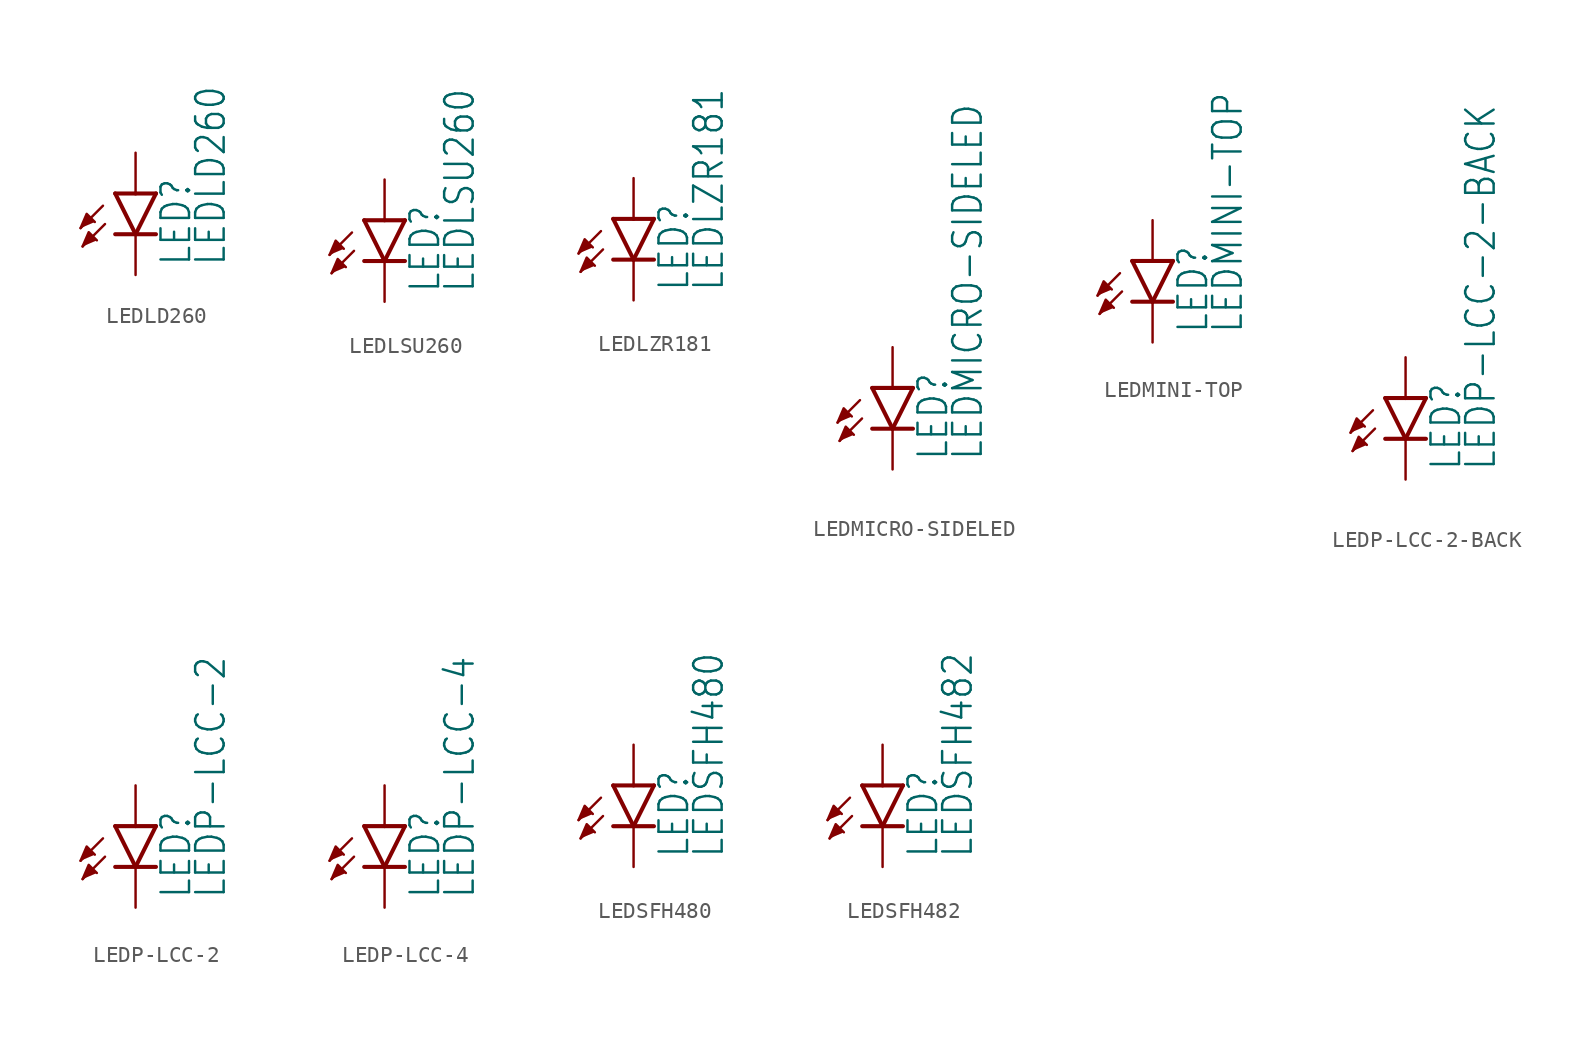
<source format=kicad_sym>
(kicad_symbol_lib
  (version 20211014)
  (generator kicad_symbol_editor)
  (symbol "LEDLD260"
    (property "Reference" "LED"
      (at 3.556 -4.572 90)
      (effects (font (size 1.778 1.511)) (justify left bottom)))
    (property "Value" "LEDLD260"
      (at 5.715 -4.572 90)
      (effects (font (size 1.778 1.511)) (justify left bottom)))
    (property "ki_locked" ""
      (at 0 0 0)
      (effects (font (size 1.27 1.27))))
    (symbol "LEDLD260_1_0"
      (polyline (pts (xy -2.032 -0.762) (xy -3.429 -2.159)) (stroke (width 0.152) (type default) (color 0 0 0 0)) (fill (type none)))
      (polyline (pts (xy -1.905 -1.905) (xy -3.302 -3.302)) (stroke (width 0.152) (type default) (color 0 0 0 0)) (fill (type none)))
      (polyline (pts (xy 0 -2.54) (xy -1.27 -2.54)) (stroke (width 0.254) (type default) (color 0 0 0 0)) (fill (type none)))
      (polyline (pts (xy 0 -2.54) (xy -1.27 0)) (stroke (width 0.254) (type default) (color 0 0 0 0)) (fill (type none)))
      (polyline (pts (xy 0 0) (xy -1.27 0)) (stroke (width 0.254) (type default) (color 0 0 0 0)) (fill (type none)))
      (polyline (pts (xy 1.27 -2.54) (xy 0 -2.54)) (stroke (width 0.254) (type default) (color 0 0 0 0)) (fill (type none)))
      (polyline (pts (xy 1.27 0) (xy 0 -2.54)) (stroke (width 0.254) (type default) (color 0 0 0 0)) (fill (type none)))
      (polyline (pts (xy 1.27 0) (xy 0 0)) (stroke (width 0.254) (type default) (color 0 0 0 0)) (fill (type none)))
      (polyline (pts (xy -3.429 -2.159) (xy -3.048 -1.27) (xy -2.54 -1.778)) (stroke (width 0) (type default) (color 0 0 0 0)) (fill (type outline)))
      (polyline (pts (xy -3.302 -3.302) (xy -2.921 -2.413) (xy -2.413 -2.921)) (stroke (width 0) (type default) (color 0 0 0 0)) (fill (type outline)))
      (pin passive line (at 0 2.54 270) (length 2.54) (name "A" (effects (font (size 0 0)))) (number "A" (effects (font (size 0 0)))))
      (pin passive line (at 0 -5.08 90) (length 2.54) (name "C" (effects (font (size 0 0)))) (number "K" (effects (font (size 0 0)))))))
  (symbol "LEDLSU260"
    (property "Reference" "LED"
      (at 3.556 -4.572 90)
      (effects (font (size 1.778 1.511)) (justify left bottom)))
    (property "Value" "LEDLSU260"
      (at 5.715 -4.572 90)
      (effects (font (size 1.778 1.511)) (justify left bottom)))
    (property "ki_locked" ""
      (at 0 0 0)
      (effects (font (size 1.27 1.27))))
    (symbol "LEDLSU260_1_0"
      (polyline (pts (xy -2.032 -0.762) (xy -3.429 -2.159)) (stroke (width 0.152) (type default) (color 0 0 0 0)) (fill (type none)))
      (polyline (pts (xy -1.905 -1.905) (xy -3.302 -3.302)) (stroke (width 0.152) (type default) (color 0 0 0 0)) (fill (type none)))
      (polyline (pts (xy 0 -2.54) (xy -1.27 -2.54)) (stroke (width 0.254) (type default) (color 0 0 0 0)) (fill (type none)))
      (polyline (pts (xy 0 -2.54) (xy -1.27 0)) (stroke (width 0.254) (type default) (color 0 0 0 0)) (fill (type none)))
      (polyline (pts (xy 0 0) (xy -1.27 0)) (stroke (width 0.254) (type default) (color 0 0 0 0)) (fill (type none)))
      (polyline (pts (xy 1.27 -2.54) (xy 0 -2.54)) (stroke (width 0.254) (type default) (color 0 0 0 0)) (fill (type none)))
      (polyline (pts (xy 1.27 0) (xy 0 -2.54)) (stroke (width 0.254) (type default) (color 0 0 0 0)) (fill (type none)))
      (polyline (pts (xy 1.27 0) (xy 0 0)) (stroke (width 0.254) (type default) (color 0 0 0 0)) (fill (type none)))
      (polyline (pts (xy -3.429 -2.159) (xy -3.048 -1.27) (xy -2.54 -1.778)) (stroke (width 0) (type default) (color 0 0 0 0)) (fill (type outline)))
      (polyline (pts (xy -3.302 -3.302) (xy -2.921 -2.413) (xy -2.413 -2.921)) (stroke (width 0) (type default) (color 0 0 0 0)) (fill (type outline)))
      (pin passive line (at 0 2.54 270) (length 2.54) (name "A" (effects (font (size 0 0)))) (number "A" (effects (font (size 0 0)))))
      (pin passive line (at 0 -5.08 90) (length 2.54) (name "C" (effects (font (size 0 0)))) (number "K" (effects (font (size 0 0)))))))
  (symbol "LEDLZR181"
    (property "Reference" "LED"
      (at 3.556 -4.572 90)
      (effects (font (size 1.778 1.511)) (justify left bottom)))
    (property "Value" "LEDLZR181"
      (at 5.715 -4.572 90)
      (effects (font (size 1.778 1.511)) (justify left bottom)))
    (property "ki_locked" ""
      (at 0 0 0)
      (effects (font (size 1.27 1.27))))
    (symbol "LEDLZR181_1_0"
      (polyline (pts (xy -2.032 -0.762) (xy -3.429 -2.159)) (stroke (width 0.152) (type default) (color 0 0 0 0)) (fill (type none)))
      (polyline (pts (xy -1.905 -1.905) (xy -3.302 -3.302)) (stroke (width 0.152) (type default) (color 0 0 0 0)) (fill (type none)))
      (polyline (pts (xy 0 -2.54) (xy -1.27 -2.54)) (stroke (width 0.254) (type default) (color 0 0 0 0)) (fill (type none)))
      (polyline (pts (xy 0 -2.54) (xy -1.27 0)) (stroke (width 0.254) (type default) (color 0 0 0 0)) (fill (type none)))
      (polyline (pts (xy 0 0) (xy -1.27 0)) (stroke (width 0.254) (type default) (color 0 0 0 0)) (fill (type none)))
      (polyline (pts (xy 1.27 -2.54) (xy 0 -2.54)) (stroke (width 0.254) (type default) (color 0 0 0 0)) (fill (type none)))
      (polyline (pts (xy 1.27 0) (xy 0 -2.54)) (stroke (width 0.254) (type default) (color 0 0 0 0)) (fill (type none)))
      (polyline (pts (xy 1.27 0) (xy 0 0)) (stroke (width 0.254) (type default) (color 0 0 0 0)) (fill (type none)))
      (polyline (pts (xy -3.429 -2.159) (xy -3.048 -1.27) (xy -2.54 -1.778)) (stroke (width 0) (type default) (color 0 0 0 0)) (fill (type outline)))
      (polyline (pts (xy -3.302 -3.302) (xy -2.921 -2.413) (xy -2.413 -2.921)) (stroke (width 0) (type default) (color 0 0 0 0)) (fill (type outline)))
      (pin passive line (at 0 2.54 270) (length 2.54) (name "A" (effects (font (size 0 0)))) (number "A" (effects (font (size 0 0)))))
      (pin passive line (at 0 -5.08 90) (length 2.54) (name "C" (effects (font (size 0 0)))) (number "K" (effects (font (size 0 0)))))))
  (symbol "LEDMICRO-SIDELED"
    (property "Reference" "LED"
      (at 3.556 -4.572 90)
      (effects (font (size 1.778 1.511)) (justify left bottom)))
    (property "Value" "LEDMICRO-SIDELED"
      (at 5.715 -4.572 90)
      (effects (font (size 1.778 1.511)) (justify left bottom)))
    (property "ki_locked" ""
      (at 0 0 0)
      (effects (font (size 1.27 1.27))))
    (symbol "LEDMICRO-SIDELED_1_0"
      (polyline (pts (xy -2.032 -0.762) (xy -3.429 -2.159)) (stroke (width 0.152) (type default) (color 0 0 0 0)) (fill (type none)))
      (polyline (pts (xy -1.905 -1.905) (xy -3.302 -3.302)) (stroke (width 0.152) (type default) (color 0 0 0 0)) (fill (type none)))
      (polyline (pts (xy 0 -2.54) (xy -1.27 -2.54)) (stroke (width 0.254) (type default) (color 0 0 0 0)) (fill (type none)))
      (polyline (pts (xy 0 -2.54) (xy -1.27 0)) (stroke (width 0.254) (type default) (color 0 0 0 0)) (fill (type none)))
      (polyline (pts (xy 0 0) (xy -1.27 0)) (stroke (width 0.254) (type default) (color 0 0 0 0)) (fill (type none)))
      (polyline (pts (xy 1.27 -2.54) (xy 0 -2.54)) (stroke (width 0.254) (type default) (color 0 0 0 0)) (fill (type none)))
      (polyline (pts (xy 1.27 0) (xy 0 -2.54)) (stroke (width 0.254) (type default) (color 0 0 0 0)) (fill (type none)))
      (polyline (pts (xy 1.27 0) (xy 0 0)) (stroke (width 0.254) (type default) (color 0 0 0 0)) (fill (type none)))
      (polyline (pts (xy -3.429 -2.159) (xy -3.048 -1.27) (xy -2.54 -1.778)) (stroke (width 0) (type default) (color 0 0 0 0)) (fill (type outline)))
      (polyline (pts (xy -3.302 -3.302) (xy -2.921 -2.413) (xy -2.413 -2.921)) (stroke (width 0) (type default) (color 0 0 0 0)) (fill (type outline)))
      (pin passive line (at 0 2.54 270) (length 2.54) (name "A" (effects (font (size 0 0)))) (number "A" (effects (font (size 0 0)))))
      (pin passive line (at 0 -5.08 90) (length 2.54) (name "C" (effects (font (size 0 0)))) (number "C" (effects (font (size 0 0)))))))
  (symbol "LEDMINI-TOP"
    (property "Reference" "LED"
      (at 3.556 -4.572 90)
      (effects (font (size 1.778 1.511)) (justify left bottom)))
    (property "Value" "LEDMINI-TOP"
      (at 5.715 -4.572 90)
      (effects (font (size 1.778 1.511)) (justify left bottom)))
    (property "ki_locked" ""
      (at 0 0 0)
      (effects (font (size 1.27 1.27))))
    (symbol "LEDMINI-TOP_1_0"
      (polyline (pts (xy -2.032 -0.762) (xy -3.429 -2.159)) (stroke (width 0.152) (type default) (color 0 0 0 0)) (fill (type none)))
      (polyline (pts (xy -1.905 -1.905) (xy -3.302 -3.302)) (stroke (width 0.152) (type default) (color 0 0 0 0)) (fill (type none)))
      (polyline (pts (xy 0 -2.54) (xy -1.27 -2.54)) (stroke (width 0.254) (type default) (color 0 0 0 0)) (fill (type none)))
      (polyline (pts (xy 0 -2.54) (xy -1.27 0)) (stroke (width 0.254) (type default) (color 0 0 0 0)) (fill (type none)))
      (polyline (pts (xy 0 0) (xy -1.27 0)) (stroke (width 0.254) (type default) (color 0 0 0 0)) (fill (type none)))
      (polyline (pts (xy 1.27 -2.54) (xy 0 -2.54)) (stroke (width 0.254) (type default) (color 0 0 0 0)) (fill (type none)))
      (polyline (pts (xy 1.27 0) (xy 0 -2.54)) (stroke (width 0.254) (type default) (color 0 0 0 0)) (fill (type none)))
      (polyline (pts (xy 1.27 0) (xy 0 0)) (stroke (width 0.254) (type default) (color 0 0 0 0)) (fill (type none)))
      (polyline (pts (xy -3.429 -2.159) (xy -3.048 -1.27) (xy -2.54 -1.778)) (stroke (width 0) (type default) (color 0 0 0 0)) (fill (type outline)))
      (polyline (pts (xy -3.302 -3.302) (xy -2.921 -2.413) (xy -2.413 -2.921)) (stroke (width 0) (type default) (color 0 0 0 0)) (fill (type outline)))
      (pin passive line (at 0 2.54 270) (length 2.54) (name "A" (effects (font (size 0 0)))) (number "A" (effects (font (size 0 0)))))
      (pin passive line (at 0 -5.08 90) (length 2.54) (name "C" (effects (font (size 0 0)))) (number "C" (effects (font (size 0 0)))))))
  (symbol "LEDP-LCC-2-BACK"
    (property "Reference" "LED"
      (at 3.556 -4.572 90)
      (effects (font (size 1.778 1.511)) (justify left bottom)))
    (property "Value" "LEDP-LCC-2-BACK"
      (at 5.715 -4.572 90)
      (effects (font (size 1.778 1.511)) (justify left bottom)))
    (property "ki_locked" ""
      (at 0 0 0)
      (effects (font (size 1.27 1.27))))
    (symbol "LEDP-LCC-2-BACK_1_0"
      (polyline (pts (xy -2.032 -0.762) (xy -3.429 -2.159)) (stroke (width 0.152) (type default) (color 0 0 0 0)) (fill (type none)))
      (polyline (pts (xy -1.905 -1.905) (xy -3.302 -3.302)) (stroke (width 0.152) (type default) (color 0 0 0 0)) (fill (type none)))
      (polyline (pts (xy 0 -2.54) (xy -1.27 -2.54)) (stroke (width 0.254) (type default) (color 0 0 0 0)) (fill (type none)))
      (polyline (pts (xy 0 -2.54) (xy -1.27 0)) (stroke (width 0.254) (type default) (color 0 0 0 0)) (fill (type none)))
      (polyline (pts (xy 0 0) (xy -1.27 0)) (stroke (width 0.254) (type default) (color 0 0 0 0)) (fill (type none)))
      (polyline (pts (xy 1.27 -2.54) (xy 0 -2.54)) (stroke (width 0.254) (type default) (color 0 0 0 0)) (fill (type none)))
      (polyline (pts (xy 1.27 0) (xy 0 -2.54)) (stroke (width 0.254) (type default) (color 0 0 0 0)) (fill (type none)))
      (polyline (pts (xy 1.27 0) (xy 0 0)) (stroke (width 0.254) (type default) (color 0 0 0 0)) (fill (type none)))
      (polyline (pts (xy -3.429 -2.159) (xy -3.048 -1.27) (xy -2.54 -1.778)) (stroke (width 0) (type default) (color 0 0 0 0)) (fill (type outline)))
      (polyline (pts (xy -3.302 -3.302) (xy -2.921 -2.413) (xy -2.413 -2.921)) (stroke (width 0) (type default) (color 0 0 0 0)) (fill (type outline)))
      (pin passive line (at 0 2.54 270) (length 2.54) (name "A" (effects (font (size 0 0)))) (number "A" (effects (font (size 0 0)))))
      (pin passive line (at 0 -5.08 90) (length 2.54) (name "C" (effects (font (size 0 0)))) (number "C" (effects (font (size 0 0)))))))
  (symbol "LEDP-LCC-2"
    (property "Reference" "LED"
      (at 3.556 -4.572 90)
      (effects (font (size 1.778 1.511)) (justify left bottom)))
    (property "Value" "LEDP-LCC-2"
      (at 5.715 -4.572 90)
      (effects (font (size 1.778 1.511)) (justify left bottom)))
    (property "ki_locked" ""
      (at 0 0 0)
      (effects (font (size 1.27 1.27))))
    (symbol "LEDP-LCC-2_1_0"
      (polyline (pts (xy -2.032 -0.762) (xy -3.429 -2.159)) (stroke (width 0.152) (type default) (color 0 0 0 0)) (fill (type none)))
      (polyline (pts (xy -1.905 -1.905) (xy -3.302 -3.302)) (stroke (width 0.152) (type default) (color 0 0 0 0)) (fill (type none)))
      (polyline (pts (xy 0 -2.54) (xy -1.27 -2.54)) (stroke (width 0.254) (type default) (color 0 0 0 0)) (fill (type none)))
      (polyline (pts (xy 0 -2.54) (xy -1.27 0)) (stroke (width 0.254) (type default) (color 0 0 0 0)) (fill (type none)))
      (polyline (pts (xy 0 0) (xy -1.27 0)) (stroke (width 0.254) (type default) (color 0 0 0 0)) (fill (type none)))
      (polyline (pts (xy 1.27 -2.54) (xy 0 -2.54)) (stroke (width 0.254) (type default) (color 0 0 0 0)) (fill (type none)))
      (polyline (pts (xy 1.27 0) (xy 0 -2.54)) (stroke (width 0.254) (type default) (color 0 0 0 0)) (fill (type none)))
      (polyline (pts (xy 1.27 0) (xy 0 0)) (stroke (width 0.254) (type default) (color 0 0 0 0)) (fill (type none)))
      (polyline (pts (xy -3.429 -2.159) (xy -3.048 -1.27) (xy -2.54 -1.778)) (stroke (width 0) (type default) (color 0 0 0 0)) (fill (type outline)))
      (polyline (pts (xy -3.302 -3.302) (xy -2.921 -2.413) (xy -2.413 -2.921)) (stroke (width 0) (type default) (color 0 0 0 0)) (fill (type outline)))
      (pin passive line (at 0 2.54 270) (length 2.54) (name "A" (effects (font (size 0 0)))) (number "A" (effects (font (size 0 0)))))
      (pin passive line (at 0 -5.08 90) (length 2.54) (name "C" (effects (font (size 0 0)))) (number "C" (effects (font (size 0 0)))))))
  (symbol "LEDP-LCC-4"
    (property "Reference" "LED"
      (at 3.556 -4.572 90)
      (effects (font (size 1.778 1.511)) (justify left bottom)))
    (property "Value" "LEDP-LCC-4"
      (at 5.715 -4.572 90)
      (effects (font (size 1.778 1.511)) (justify left bottom)))
    (property "ki_locked" ""
      (at 0 0 0)
      (effects (font (size 1.27 1.27))))
    (symbol "LEDP-LCC-4_1_0"
      (polyline (pts (xy -2.032 -0.762) (xy -3.429 -2.159)) (stroke (width 0.152) (type default) (color 0 0 0 0)) (fill (type none)))
      (polyline (pts (xy -1.905 -1.905) (xy -3.302 -3.302)) (stroke (width 0.152) (type default) (color 0 0 0 0)) (fill (type none)))
      (polyline (pts (xy 0 -2.54) (xy -1.27 -2.54)) (stroke (width 0.254) (type default) (color 0 0 0 0)) (fill (type none)))
      (polyline (pts (xy 0 -2.54) (xy -1.27 0)) (stroke (width 0.254) (type default) (color 0 0 0 0)) (fill (type none)))
      (polyline (pts (xy 0 0) (xy -1.27 0)) (stroke (width 0.254) (type default) (color 0 0 0 0)) (fill (type none)))
      (polyline (pts (xy 1.27 -2.54) (xy 0 -2.54)) (stroke (width 0.254) (type default) (color 0 0 0 0)) (fill (type none)))
      (polyline (pts (xy 1.27 0) (xy 0 -2.54)) (stroke (width 0.254) (type default) (color 0 0 0 0)) (fill (type none)))
      (polyline (pts (xy 1.27 0) (xy 0 0)) (stroke (width 0.254) (type default) (color 0 0 0 0)) (fill (type none)))
      (polyline (pts (xy -3.429 -2.159) (xy -3.048 -1.27) (xy -2.54 -1.778)) (stroke (width 0) (type default) (color 0 0 0 0)) (fill (type outline)))
      (polyline (pts (xy -3.302 -3.302) (xy -2.921 -2.413) (xy -2.413 -2.921)) (stroke (width 0) (type default) (color 0 0 0 0)) (fill (type outline)))
      (pin passive line (at 0 2.54 270) (length 2.54) (name "A" (effects (font (size 0 0)))) (number "A" (effects (font (size 0 0)))))
      (pin passive line (at 0 -5.08 90) (length 2.54) (name "C" (effects (font (size 0 0)))) (number "C@4" (effects (font (size 0 0)))))))
  (symbol "LEDSFH480"
    (property "Reference" "LED"
      (at 3.556 -4.572 90)
      (effects (font (size 1.778 1.511)) (justify left bottom)))
    (property "Value" "LEDSFH480"
      (at 5.715 -4.572 90)
      (effects (font (size 1.778 1.511)) (justify left bottom)))
    (property "ki_locked" ""
      (at 0 0 0)
      (effects (font (size 1.27 1.27))))
    (symbol "LEDSFH480_1_0"
      (polyline (pts (xy -2.032 -0.762) (xy -3.429 -2.159)) (stroke (width 0.152) (type default) (color 0 0 0 0)) (fill (type none)))
      (polyline (pts (xy -1.905 -1.905) (xy -3.302 -3.302)) (stroke (width 0.152) (type default) (color 0 0 0 0)) (fill (type none)))
      (polyline (pts (xy 0 -2.54) (xy -1.27 -2.54)) (stroke (width 0.254) (type default) (color 0 0 0 0)) (fill (type none)))
      (polyline (pts (xy 0 -2.54) (xy -1.27 0)) (stroke (width 0.254) (type default) (color 0 0 0 0)) (fill (type none)))
      (polyline (pts (xy 0 0) (xy -1.27 0)) (stroke (width 0.254) (type default) (color 0 0 0 0)) (fill (type none)))
      (polyline (pts (xy 1.27 -2.54) (xy 0 -2.54)) (stroke (width 0.254) (type default) (color 0 0 0 0)) (fill (type none)))
      (polyline (pts (xy 1.27 0) (xy 0 -2.54)) (stroke (width 0.254) (type default) (color 0 0 0 0)) (fill (type none)))
      (polyline (pts (xy 1.27 0) (xy 0 0)) (stroke (width 0.254) (type default) (color 0 0 0 0)) (fill (type none)))
      (polyline (pts (xy -3.429 -2.159) (xy -3.048 -1.27) (xy -2.54 -1.778)) (stroke (width 0) (type default) (color 0 0 0 0)) (fill (type outline)))
      (polyline (pts (xy -3.302 -3.302) (xy -2.921 -2.413) (xy -2.413 -2.921)) (stroke (width 0) (type default) (color 0 0 0 0)) (fill (type outline)))
      (pin passive line (at 0 2.54 270) (length 2.54) (name "A" (effects (font (size 0 0)))) (number "A" (effects (font (size 0 0)))))
      (pin passive line (at 0 -5.08 90) (length 2.54) (name "C" (effects (font (size 0 0)))) (number "K" (effects (font (size 0 0)))))))
  (symbol "LEDSFH482"
    (property "Reference" "LED"
      (at 3.556 -4.572 90)
      (effects (font (size 1.778 1.511)) (justify left bottom)))
    (property "Value" "LEDSFH482"
      (at 5.715 -4.572 90)
      (effects (font (size 1.778 1.511)) (justify left bottom)))
    (property "ki_locked" ""
      (at 0 0 0)
      (effects (font (size 1.27 1.27))))
    (symbol "LEDSFH482_1_0"
      (polyline (pts (xy -2.032 -0.762) (xy -3.429 -2.159)) (stroke (width 0.152) (type default) (color 0 0 0 0)) (fill (type none)))
      (polyline (pts (xy -1.905 -1.905) (xy -3.302 -3.302)) (stroke (width 0.152) (type default) (color 0 0 0 0)) (fill (type none)))
      (polyline (pts (xy 0 -2.54) (xy -1.27 -2.54)) (stroke (width 0.254) (type default) (color 0 0 0 0)) (fill (type none)))
      (polyline (pts (xy 0 -2.54) (xy -1.27 0)) (stroke (width 0.254) (type default) (color 0 0 0 0)) (fill (type none)))
      (polyline (pts (xy 0 0) (xy -1.27 0)) (stroke (width 0.254) (type default) (color 0 0 0 0)) (fill (type none)))
      (polyline (pts (xy 1.27 -2.54) (xy 0 -2.54)) (stroke (width 0.254) (type default) (color 0 0 0 0)) (fill (type none)))
      (polyline (pts (xy 1.27 0) (xy 0 -2.54)) (stroke (width 0.254) (type default) (color 0 0 0 0)) (fill (type none)))
      (polyline (pts (xy 1.27 0) (xy 0 0)) (stroke (width 0.254) (type default) (color 0 0 0 0)) (fill (type none)))
      (polyline (pts (xy -3.429 -2.159) (xy -3.048 -1.27) (xy -2.54 -1.778)) (stroke (width 0) (type default) (color 0 0 0 0)) (fill (type outline)))
      (polyline (pts (xy -3.302 -3.302) (xy -2.921 -2.413) (xy -2.413 -2.921)) (stroke (width 0) (type default) (color 0 0 0 0)) (fill (type outline)))
      (pin passive line (at 0 2.54 270) (length 2.54) (name "A" (effects (font (size 0 0)))) (number "A" (effects (font (size 0 0)))))
      (pin passive line (at 0 -5.08 90) (length 2.54) (name "C" (effects (font (size 0 0)))) (number "K" (effects (font (size 0 0))))))))
</source>
